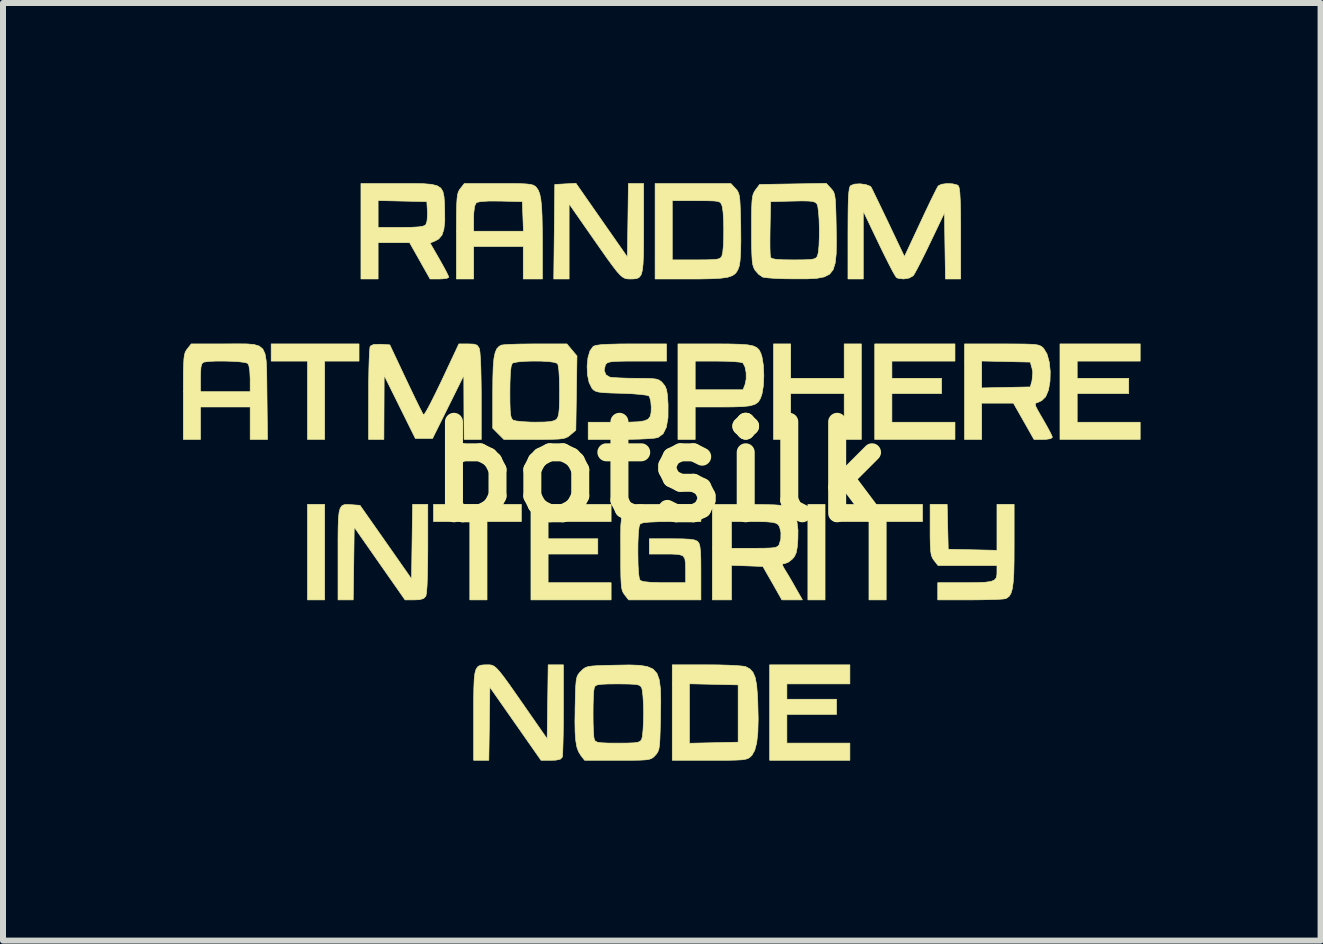
<source format=kicad_pcb>
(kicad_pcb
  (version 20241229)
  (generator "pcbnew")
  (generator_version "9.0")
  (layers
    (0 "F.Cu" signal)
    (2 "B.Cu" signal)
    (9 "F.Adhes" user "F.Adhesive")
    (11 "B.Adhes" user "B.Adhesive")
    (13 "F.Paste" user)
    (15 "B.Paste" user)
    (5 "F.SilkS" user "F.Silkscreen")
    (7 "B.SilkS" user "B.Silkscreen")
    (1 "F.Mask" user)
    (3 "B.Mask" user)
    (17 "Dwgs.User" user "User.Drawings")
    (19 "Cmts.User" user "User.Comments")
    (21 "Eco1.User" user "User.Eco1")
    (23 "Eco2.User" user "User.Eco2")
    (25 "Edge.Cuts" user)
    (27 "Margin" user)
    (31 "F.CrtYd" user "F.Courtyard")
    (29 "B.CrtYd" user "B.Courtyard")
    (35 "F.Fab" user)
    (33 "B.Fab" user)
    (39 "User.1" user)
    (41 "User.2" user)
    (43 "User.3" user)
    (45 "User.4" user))
  (footprint "botsilk"
    (layer "F.Cu")
    (at 7.962 4.814)
    (property "Reference" "botsilk" (at 0 0 0) (layer "F.SilkS") (effects (font (size 1.524 1.524) (thickness 0.3))))
    (attr through_hole)
    (fp_poly (pts (xy -5.602 2.133) (xy -5.888 2.133) (xy -5.888 0.541) (xy -5.602 0.541) (xy -5.602 2.133)) (stroke (width 0.01) (type solid)) (fill yes) (layer "F.SilkS"))
    (fp_poly (pts (xy 2.737 2.133) (xy 2.451 2.133) (xy 2.451 0.541) (xy 2.737 0.541) (xy 2.737 2.133)) (stroke (width 0.01) (type solid)) (fill yes) (layer "F.SilkS"))
    (fp_poly (pts (xy -5.029 -1.846) (xy -5.602 -1.846) (xy -5.602 -0.541) (xy -5.888 -0.541) (xy -5.888 -1.846) (xy -6.493 -1.846) (xy -6.493 -2.133) (xy -5.029 -2.133) (xy -5.029 -1.846)) (stroke (width 0.01) (type solid)) (fill yes) (layer "F.SilkS"))
    (fp_poly (pts (xy -2.324 0.828) (xy -2.896 0.828) (xy -2.896 2.133) (xy -3.183 2.133) (xy -3.183 0.828) (xy -3.788 0.828) (xy -3.788 0.541) (xy -2.324 0.541) (xy -2.324 0.828)) (stroke (width 0.01) (type solid)) (fill yes) (layer "F.SilkS"))
    (fp_poly (pts (xy 4.361 0.828) (xy 3.756 0.828) (xy 3.756 2.133) (xy 3.469 2.133) (xy 3.469 0.828) (xy 2.896 0.828) (xy 2.896 0.541) (xy 4.361 0.541) (xy 4.361 0.828)) (stroke (width 0.01) (type solid)) (fill yes) (layer "F.SilkS"))
    (fp_poly (pts (xy -0.828 0.828) (xy -1.878 0.828) (xy -1.878 1.114) (xy -1.05 1.114) (xy -1.05 1.369) (xy -1.878 1.369) (xy -1.878 1.846) (xy -0.828 1.846) (xy -0.828 2.133) (xy -2.164 2.133) (xy -2.164 0.541) (xy -0.828 0.541) (xy -0.828 0.828)) (stroke (width 0.01) (type solid)) (fill yes) (layer "F.SilkS"))
    (fp_poly (pts (xy 2.164 -1.56) (xy 3.056 -1.56) (xy 3.056 -2.133) (xy 3.342 -2.133) (xy 3.342 -0.541) (xy 3.056 -0.541) (xy 3.056 -1.305) (xy 2.164 -1.305) (xy 2.164 -0.541) (xy 1.878 -0.541) (xy 1.878 -2.133) (xy 2.164 -2.133) (xy 2.164 -1.56)) (stroke (width 0.01) (type solid)) (fill yes) (layer "F.SilkS"))
    (fp_poly (pts (xy 3.151 3.533) (xy 2.101 3.533) (xy 2.101 3.788) (xy 2.928 3.788) (xy 2.928 4.042) (xy 2.101 4.042) (xy 2.101 4.52) (xy 3.151 4.52) (xy 3.151 4.806) (xy 1.814 4.806) (xy 1.814 3.215) (xy 3.151 3.215) (xy 3.151 3.533)) (stroke (width 0.01) (type solid)) (fill yes) (layer "F.SilkS"))
    (fp_poly (pts (xy 4.902 -1.846) (xy 3.851 -1.846) (xy 3.851 -1.56) (xy 4.679 -1.56) (xy 4.679 -1.305) (xy 3.851 -1.305) (xy 3.851 -0.828) (xy 4.902 -0.828) (xy 4.902 -0.541) (xy 3.565 -0.541) (xy 3.565 -2.133) (xy 4.902 -2.133) (xy 4.902 -1.846)) (stroke (width 0.01) (type solid)) (fill yes) (layer "F.SilkS"))
    (fp_poly (pts (xy 7.989 -1.846) (xy 6.939 -1.846) (xy 6.939 -1.56) (xy 7.798 -1.56) (xy 7.798 -1.305) (xy 6.939 -1.305) (xy 6.939 -0.828) (xy 7.989 -0.828) (xy 7.989 -0.541) (xy 6.652 -0.541) (xy 6.652 -2.133) (xy 7.989 -2.133) (xy 7.989 -1.846)) (stroke (width 0.01) (type solid)) (fill yes) (layer "F.SilkS"))
    (fp_poly (pts (xy -0.986 -4.195) (xy -0.557 -3.581) (xy -0.548 -4.194) (xy -0.54 -4.806) (xy -0.286 -4.806) (xy -0.286 -4.061) (xy -0.287 -3.807) (xy -0.289 -3.61) (xy -0.296 -3.462) (xy -0.308 -3.357) (xy -0.327 -3.287) (xy -0.357 -3.245) (xy -0.397 -3.223) (xy -0.451 -3.216) (xy -0.506 -3.215) (xy -0.551 -3.216) (xy -0.591 -3.223) (xy -0.63 -3.242) (xy -0.674 -3.278) (xy -0.729 -3.338) (xy -0.798 -3.427) (xy -0.889 -3.551) (xy -1.005 -3.716) (xy -1.142 -3.912) (xy -1.528 -4.466) (xy -1.528 -3.215) (xy -1.784 -3.215) (xy -1.775 -4.003) (xy -1.767 -4.79) (xy -1.59 -4.8) (xy -1.414 -4.809) (xy -0.986 -4.195)) (stroke (width 0.01) (type solid)) (fill yes) (layer "F.SilkS"))
    (fp_poly (pts (xy -3.883 1.275) (xy -3.885 1.521) (xy -3.889 1.729) (xy -3.895 1.895) (xy -3.904 2.01) (xy -3.915 2.069) (xy -3.916 2.071) (xy -3.953 2.11) (xy -4.021 2.129) (xy -4.106 2.133) (xy -4.262 2.133) (xy -4.686 1.527) (xy -5.109 0.921) (xy -5.117 1.527) (xy -5.126 2.133) (xy -5.379 2.133) (xy -5.379 1.373) (xy -5.379 1.12) (xy -5.377 0.923) (xy -5.372 0.777) (xy -5.361 0.673) (xy -5.342 0.604) (xy -5.314 0.565) (xy -5.275 0.546) (xy -5.222 0.543) (xy -5.154 0.547) (xy -5.151 0.547) (xy -5.013 0.557) (xy -4.583 1.17) (xy -4.154 1.783) (xy -4.145 1.162) (xy -4.136 0.541) (xy -3.883 0.541) (xy -3.883 1.275)) (stroke (width 0.01) (type solid)) (fill yes) (layer "F.SilkS"))
    (fp_poly (pts (xy 0.952 3.216) (xy 1.124 3.221) (xy 1.267 3.228) (xy 1.368 3.237) (xy 1.413 3.245) (xy 1.484 3.283) (xy 1.536 3.34) (xy 1.573 3.426) (xy 1.597 3.551) (xy 1.611 3.725) (xy 1.616 3.833) (xy 1.623 4.117) (xy 1.617 4.343) (xy 1.598 4.515) (xy 1.565 4.64) (xy 1.519 4.722) (xy 1.51 4.731) (xy 1.483 4.757) (xy 1.452 4.776) (xy 1.409 4.789) (xy 1.345 4.798) (xy 1.25 4.803) (xy 1.115 4.806) (xy 0.931 4.806) (xy 0.813 4.806) (xy 0.191 4.806) (xy 0.191 4.522) (xy 0.477 4.522) (xy 0.883 4.513) (xy 1.289 4.504) (xy 1.289 3.549) (xy 0.883 3.54) (xy 0.477 3.531) (xy 0.477 4.522) (xy 0.191 4.522) (xy 0.191 3.215) (xy 0.762 3.215) (xy 0.952 3.216)) (stroke (width 0.01) (type solid)) (fill yes) (layer "F.SilkS"))
    (fp_poly (pts (xy -1.623 3.96) (xy -1.624 4.174) (xy -1.626 4.368) (xy -1.63 4.533) (xy -1.634 4.659) (xy -1.639 4.737) (xy -1.643 4.756) (xy -1.676 4.788) (xy -1.751 4.804) (xy -1.829 4.806) (xy -1.996 4.806) (xy -2.422 4.197) (xy -2.849 3.587) (xy -2.857 4.197) (xy -2.866 4.806) (xy -3.119 4.806) (xy -3.119 4.061) (xy -3.119 3.807) (xy -3.116 3.61) (xy -3.11 3.462) (xy -3.098 3.357) (xy -3.078 3.287) (xy -3.049 3.245) (xy -3.008 3.223) (xy -2.954 3.216) (xy -2.897 3.215) (xy -2.853 3.215) (xy -2.816 3.221) (xy -2.779 3.238) (xy -2.737 3.272) (xy -2.686 3.328) (xy -2.62 3.412) (xy -2.533 3.531) (xy -2.422 3.689) (xy -2.279 3.894) (xy -2.26 3.922) (xy -1.894 4.448) (xy -1.885 3.831) (xy -1.877 3.215) (xy -1.623 3.215) (xy -1.623 3.96)) (stroke (width 0.01) (type solid)) (fill yes) (layer "F.SilkS"))
    (fp_poly (pts (xy 1.134 -2.132) (xy 1.312 -2.127) (xy 1.444 -2.118) (xy 1.537 -2.1) (xy 1.599 -2.072) (xy 1.64 -2.031) (xy 1.667 -1.976) (xy 1.686 -1.917) (xy 1.709 -1.777) (xy 1.717 -1.606) (xy 1.709 -1.435) (xy 1.686 -1.298) (xy 1.659 -1.221) (xy 1.624 -1.165) (xy 1.569 -1.126) (xy 1.487 -1.102) (xy 1.366 -1.088) (xy 1.198 -1.083) (xy 1.043 -1.082) (xy 0.573 -1.082) (xy 0.573 -0.541) (xy 0.286 -0.541) (xy 0.286 -1.369) (xy 0.573 -1.369) (xy 1.37 -1.369) (xy 1.404 -1.456) (xy 1.423 -1.548) (xy 1.422 -1.655) (xy 1.403 -1.751) (xy 1.37 -1.813) (xy 1.363 -1.818) (xy 1.316 -1.829) (xy 1.22 -1.838) (xy 1.088 -1.844) (xy 0.947 -1.846) (xy 0.573 -1.846) (xy 0.573 -1.369) (xy 0.286 -1.369) (xy 0.286 -2.133) (xy 0.9 -2.133) (xy 1.134 -2.132)) (stroke (width 0.01) (type solid)) (fill yes) (layer "F.SilkS"))
    (fp_poly (pts (xy 4.781 0.915) (xy 4.79 1.289) (xy 5.196 1.298) (xy 5.602 1.307) (xy 5.602 0.541) (xy 5.888 0.541) (xy 5.888 1.227) (xy 5.887 1.484) (xy 5.883 1.684) (xy 5.873 1.836) (xy 5.858 1.946) (xy 5.836 2.022) (xy 5.806 2.072) (xy 5.766 2.103) (xy 5.744 2.113) (xy 5.696 2.119) (xy 5.596 2.125) (xy 5.456 2.129) (xy 5.288 2.132) (xy 5.154 2.133) (xy 4.615 2.133) (xy 4.615 1.846) (xy 5.07 1.846) (xy 5.266 1.845) (xy 5.406 1.839) (xy 5.501 1.826) (xy 5.559 1.802) (xy 5.59 1.765) (xy 5.601 1.711) (xy 5.602 1.665) (xy 5.602 1.56) (xy 4.62 1.56) (xy 4.554 1.476) (xy 4.527 1.436) (xy 4.508 1.388) (xy 4.497 1.32) (xy 4.491 1.22) (xy 4.488 1.076) (xy 4.488 0.967) (xy 4.488 0.541) (xy 4.772 0.541) (xy 4.781 0.915)) (stroke (width 0.01) (type solid)) (fill yes) (layer "F.SilkS"))
    (fp_poly (pts (xy -3.113 -2.129) (xy -3.061 -2.111) (xy -3.031 -2.07) (xy -3.023 -2.051) (xy -3.014 -1.996) (xy -3.006 -1.888) (xy -2.999 -1.737) (xy -2.995 -1.554) (xy -2.992 -1.348) (xy -2.992 -1.255) (xy -2.992 -0.541) (xy -3.278 -0.541) (xy -3.281 -1.074) (xy -3.283 -1.607) (xy -3.543 -1.082) (xy -3.804 -0.557) (xy -4.09 -0.557) (xy -4.61 -1.607) (xy -4.615 -0.541) (xy -4.87 -0.541) (xy -4.869 -1.297) (xy -4.868 -1.512) (xy -4.865 -1.706) (xy -4.86 -1.871) (xy -4.854 -1.997) (xy -4.847 -2.075) (xy -4.842 -2.095) (xy -4.788 -2.123) (xy -4.679 -2.127) (xy -4.666 -2.127) (xy -4.516 -2.117) (xy -4.246 -1.544) (xy -4.162 -1.368) (xy -4.087 -1.211) (xy -4.024 -1.083) (xy -3.979 -0.994) (xy -3.955 -0.951) (xy -3.953 -0.95) (xy -3.934 -0.971) (xy -3.892 -1.041) (xy -3.832 -1.154) (xy -3.759 -1.3) (xy -3.676 -1.471) (xy -3.648 -1.53) (xy -3.365 -2.133) (xy -3.21 -2.133) (xy -3.113 -2.129)) (stroke (width 0.01) (type solid)) (fill yes) (layer "F.SilkS"))
    (fp_poly (pts (xy -2.5 -4.806) (xy -2.35 -4.804) (xy -2.244 -4.799) (xy -2.172 -4.791) (xy -2.126 -4.779) (xy -2.095 -4.761) (xy -2.074 -4.741) (xy -2.043 -4.697) (xy -2.018 -4.634) (xy -2 -4.547) (xy -1.987 -4.426) (xy -1.979 -4.265) (xy -1.975 -4.055) (xy -1.973 -3.799) (xy -1.973 -3.215) (xy -2.292 -3.215) (xy -2.292 -3.756) (xy -3.119 -3.756) (xy -3.119 -3.215) (xy -3.406 -3.215) (xy -3.406 -3.927) (xy -3.405 -4.158) (xy -3.405 -4.229) (xy -3.119 -4.229) (xy -3.119 -4.011) (xy -2.289 -4.011) (xy -2.298 -4.257) (xy -2.308 -4.504) (xy -2.669 -4.513) (xy -2.863 -4.514) (xy -2.997 -4.506) (xy -3.068 -4.49) (xy -3.075 -4.485) (xy -3.103 -4.428) (xy -3.117 -4.313) (xy -3.119 -4.229) (xy -3.405 -4.229) (xy -3.404 -4.335) (xy -3.401 -4.466) (xy -3.395 -4.559) (xy -3.386 -4.624) (xy -3.373 -4.668) (xy -3.355 -4.701) (xy -3.34 -4.722) (xy -3.274 -4.806) (xy -2.704 -4.806) (xy -2.5 -4.806)) (stroke (width 0.01) (type solid)) (fill yes) (layer "F.SilkS"))
    (fp_poly (pts (xy -4.141 -4.806) (xy -3.957 -4.803) (xy -3.822 -4.792) (xy -3.728 -4.769) (xy -3.667 -4.73) (xy -3.631 -4.672) (xy -3.613 -4.589) (xy -3.605 -4.478) (xy -3.602 -4.378) (xy -3.6 -4.184) (xy -3.615 -4.043) (xy -3.647 -3.946) (xy -3.701 -3.882) (xy -3.756 -3.851) (xy -3.845 -3.814) (xy -3.689 -3.544) (xy -3.623 -3.426) (xy -3.57 -3.327) (xy -3.539 -3.262) (xy -3.533 -3.244) (xy -3.562 -3.227) (xy -3.635 -3.217) (xy -3.689 -3.215) (xy -3.845 -3.215) (xy -4.015 -3.517) (xy -4.186 -3.82) (xy -4.448 -3.82) (xy -4.711 -3.82) (xy -4.711 -3.215) (xy -4.997 -3.215) (xy -4.997 -4.074) (xy -4.711 -4.074) (xy -4.333 -4.074) (xy -4.158 -4.076) (xy -4.038 -4.083) (xy -3.962 -4.095) (xy -3.922 -4.114) (xy -3.917 -4.119) (xy -3.896 -4.178) (xy -3.888 -4.278) (xy -3.889 -4.334) (xy -3.899 -4.504) (xy -4.711 -4.522) (xy -4.711 -4.074) (xy -4.997 -4.074) (xy -4.997 -4.806) (xy -4.38 -4.806) (xy -4.141 -4.806)) (stroke (width 0.01) (type solid)) (fill yes) (layer "F.SilkS"))
    (fp_poly (pts (xy -6.902 -2.133) (xy -6.779 -2.123) (xy -6.691 -2.096) (xy -6.632 -2.047) (xy -6.595 -1.967) (xy -6.576 -1.851) (xy -6.568 -1.69) (xy -6.565 -1.478) (xy -6.563 -1.276) (xy -6.554 -0.541) (xy -6.843 -0.541) (xy -6.843 -1.082) (xy -7.671 -1.082) (xy -7.671 -0.541) (xy -7.957 -0.541) (xy -7.957 -1.253) (xy -7.957 -1.485) (xy -7.956 -1.572) (xy -7.671 -1.572) (xy -7.671 -1.337) (xy -6.843 -1.337) (xy -6.843 -1.553) (xy -6.849 -1.677) (xy -6.864 -1.769) (xy -6.882 -1.808) (xy -6.927 -1.823) (xy -7.02 -1.835) (xy -7.143 -1.843) (xy -7.279 -1.847) (xy -7.413 -1.847) (xy -7.528 -1.841) (xy -7.607 -1.831) (xy -7.621 -1.827) (xy -7.648 -1.802) (xy -7.663 -1.746) (xy -7.67 -1.646) (xy -7.671 -1.572) (xy -7.956 -1.572) (xy -7.956 -1.662) (xy -7.952 -1.792) (xy -7.947 -1.886) (xy -7.938 -1.95) (xy -7.925 -1.995) (xy -7.907 -2.028) (xy -7.891 -2.049) (xy -7.825 -2.133) (xy -7.274 -2.133) (xy -7.065 -2.134) (xy -6.902 -2.133)) (stroke (width 0.01) (type solid)) (fill yes) (layer "F.SilkS"))
    (fp_poly (pts (xy 1.244 -4.724) (xy 1.272 -4.692) (xy 1.292 -4.656) (xy 1.307 -4.607) (xy 1.317 -4.535) (xy 1.323 -4.428) (xy 1.328 -4.278) (xy 1.332 -4.096) (xy 1.334 -3.858) (xy 1.33 -3.663) (xy 1.321 -3.519) (xy 1.307 -3.431) (xy 1.307 -3.43) (xy 1.281 -3.361) (xy 1.246 -3.309) (xy 1.194 -3.271) (xy 1.115 -3.244) (xy 1.002 -3.228) (xy 0.846 -3.219) (xy 0.64 -3.215) (xy 0.495 -3.215) (xy -0.095 -3.215) (xy -0.095 -4.52) (xy 0.191 -4.52) (xy 0.191 -3.533) (xy 0.588 -3.533) (xy 0.754 -3.534) (xy 0.869 -3.538) (xy 0.942 -3.545) (xy 0.985 -3.559) (xy 1.009 -3.581) (xy 1.017 -3.595) (xy 1.032 -3.655) (xy 1.042 -3.763) (xy 1.048 -3.9) (xy 1.049 -4.051) (xy 1.046 -4.198) (xy 1.038 -4.326) (xy 1.026 -4.416) (xy 1.019 -4.438) (xy 1.005 -4.472) (xy 0.984 -4.495) (xy 0.946 -4.509) (xy 0.879 -4.516) (xy 0.772 -4.519) (xy 0.614 -4.52) (xy 0.191 -4.52) (xy -0.095 -4.52) (xy -0.095 -4.806) (xy 1.167 -4.806) (xy 1.244 -4.724)) (stroke (width 0.01) (type solid)) (fill yes) (layer "F.SilkS"))
    (fp_poly (pts (xy 5.897 -2.132) (xy 6.056 -2.131) (xy 6.171 -2.127) (xy 6.25 -2.121) (xy 6.302 -2.11) (xy 6.338 -2.094) (xy 6.366 -2.072) (xy 6.38 -2.057) (xy 6.436 -1.965) (xy 6.473 -1.831) (xy 6.49 -1.673) (xy 6.486 -1.512) (xy 6.461 -1.365) (xy 6.413 -1.252) (xy 6.413 -1.252) (xy 6.349 -1.189) (xy 6.289 -1.16) (xy 6.255 -1.149) (xy 6.24 -1.132) (xy 6.247 -1.096) (xy 6.279 -1.032) (xy 6.339 -0.927) (xy 6.369 -0.876) (xy 6.436 -0.758) (xy 6.489 -0.66) (xy 6.52 -0.594) (xy 6.525 -0.576) (xy 6.496 -0.554) (xy 6.418 -0.542) (xy 6.372 -0.541) (xy 6.219 -0.541) (xy 6.048 -0.843) (xy 5.876 -1.146) (xy 5.347 -1.146) (xy 5.347 -0.541) (xy 5.061 -0.541) (xy 5.061 -1.399) (xy 5.347 -1.399) (xy 5.752 -1.408) (xy 6.157 -1.416) (xy 6.186 -1.52) (xy 6.199 -1.659) (xy 6.186 -1.727) (xy 6.157 -1.83) (xy 5.752 -1.839) (xy 5.347 -1.848) (xy 5.347 -1.399) (xy 5.061 -1.399) (xy 5.061 -2.133) (xy 5.683 -2.133) (xy 5.897 -2.132)) (stroke (width 0.01) (type solid)) (fill yes) (layer "F.SilkS"))
    (fp_poly (pts (xy 1.456 0.542) (xy 1.704 0.544) (xy 1.893 0.549) (xy 2.027 0.559) (xy 2.11 0.574) (xy 2.133 0.582) (xy 2.213 0.658) (xy 2.264 0.789) (xy 2.286 0.973) (xy 2.284 1.122) (xy 2.273 1.258) (xy 2.256 1.348) (xy 2.227 1.41) (xy 2.196 1.449) (xy 2.128 1.503) (xy 2.066 1.528) (xy 2.063 1.528) (xy 2.03 1.533) (xy 2.028 1.556) (xy 2.058 1.614) (xy 2.079 1.647) (xy 2.136 1.741) (xy 2.206 1.861) (xy 2.256 1.95) (xy 2.36 2.133) (xy 2.018 2.133) (xy 1.86 1.854) (xy 1.701 1.576) (xy 1.439 1.566) (xy 1.178 1.557) (xy 1.178 2.133) (xy 0.859 2.133) (xy 0.859 0.828) (xy 1.178 0.828) (xy 1.178 1.273) (xy 1.559 1.273) (xy 1.721 1.272) (xy 1.832 1.268) (xy 1.902 1.26) (xy 1.943 1.245) (xy 1.966 1.222) (xy 1.972 1.212) (xy 2 1.118) (xy 2.002 1.009) (xy 1.979 0.915) (xy 1.955 0.878) (xy 1.919 0.855) (xy 1.857 0.84) (xy 1.758 0.831) (xy 1.61 0.828) (xy 1.541 0.828) (xy 1.178 0.828) (xy 0.859 0.828) (xy 0.859 0.541) (xy 1.456 0.542)) (stroke (width 0.01) (type solid)) (fill yes) (layer "F.SilkS"))
    (fp_poly (pts (xy 4.861 -4.801) (xy 4.938 -4.782) (xy 4.959 -4.768) (xy 4.972 -4.733) (xy 4.983 -4.656) (xy 4.99 -4.532) (xy 4.995 -4.356) (xy 4.997 -4.123) (xy 4.997 -3.972) (xy 4.997 -3.215) (xy 4.744 -3.215) (xy 4.735 -3.766) (xy 4.727 -4.317) (xy 4.49 -3.821) (xy 4.41 -3.655) (xy 4.335 -3.505) (xy 4.272 -3.383) (xy 4.227 -3.301) (xy 4.207 -3.27) (xy 4.14 -3.231) (xy 4.046 -3.215) (xy 3.956 -3.226) (xy 3.927 -3.239) (xy 3.903 -3.274) (xy 3.856 -3.357) (xy 3.793 -3.479) (xy 3.717 -3.631) (xy 3.634 -3.802) (xy 3.633 -3.804) (xy 3.374 -4.345) (xy 3.374 -3.78) (xy 3.374 -3.215) (xy 3.119 -3.215) (xy 3.119 -3.975) (xy 3.12 -4.223) (xy 3.122 -4.414) (xy 3.126 -4.557) (xy 3.133 -4.657) (xy 3.142 -4.722) (xy 3.154 -4.759) (xy 3.165 -4.772) (xy 3.229 -4.796) (xy 3.321 -4.801) (xy 3.416 -4.788) (xy 3.488 -4.761) (xy 3.506 -4.743) (xy 3.528 -4.7) (xy 3.572 -4.609) (xy 3.634 -4.481) (xy 3.709 -4.325) (xy 3.793 -4.15) (xy 3.797 -4.141) (xy 4.06 -3.588) (xy 4.326 -4.157) (xy 4.409 -4.335) (xy 4.485 -4.494) (xy 4.549 -4.625) (xy 4.596 -4.718) (xy 4.622 -4.765) (xy 4.623 -4.766) (xy 4.677 -4.793) (xy 4.765 -4.805) (xy 4.861 -4.801)) (stroke (width 0.01) (type solid)) (fill yes) (layer "F.SilkS"))
    (fp_poly (pts (xy 0.018 0.541) (xy 0.078 0.541) (xy 0.668 0.541) (xy 0.668 0.828) (xy 0.181 0.828) (xy -0.036 0.83) (xy -0.194 0.837) (xy -0.295 0.848) (xy -0.343 0.865) (xy -0.344 0.866) (xy -0.362 0.915) (xy -0.374 1.022) (xy -0.381 1.188) (xy -0.382 1.337) (xy -0.379 1.545) (xy -0.371 1.692) (xy -0.357 1.78) (xy -0.344 1.808) (xy -0.289 1.828) (xy -0.172 1.84) (xy 0.005 1.846) (xy 0.054 1.846) (xy 0.414 1.846) (xy 0.414 1.658) (xy 0.412 1.527) (xy 0.4 1.443) (xy 0.365 1.396) (xy 0.296 1.375) (xy 0.182 1.369) (xy 0.092 1.369) (xy -0.191 1.369) (xy -0.191 1.114) (xy 0.189 1.114) (xy 0.36 1.116) (xy 0.479 1.122) (xy 0.556 1.133) (xy 0.603 1.152) (xy 0.618 1.164) (xy 0.639 1.195) (xy 0.653 1.249) (xy 0.662 1.334) (xy 0.667 1.461) (xy 0.668 1.64) (xy 0.668 1.673) (xy 0.668 2.133) (xy -0.536 2.133) (xy -0.602 2.049) (xy -0.625 2.016) (xy -0.642 1.978) (xy -0.654 1.925) (xy -0.661 1.847) (xy -0.666 1.736) (xy -0.668 1.582) (xy -0.668 1.374) (xy -0.668 1.331) (xy -0.669 1.087) (xy -0.667 0.898) (xy -0.654 0.759) (xy -0.625 0.661) (xy -0.572 0.598) (xy -0.488 0.561) (xy -0.366 0.545) (xy -0.2 0.54) (xy 0.018 0.541)) (stroke (width 0.01) (type solid)) (fill yes) (layer "F.SilkS"))
    (fp_poly (pts (xy -1.481 -2.032) (xy -1.397 -1.932) (xy -1.416 -0.695) (xy -1.506 -0.618) (xy -1.542 -0.589) (xy -1.58 -0.569) (xy -1.631 -0.555) (xy -1.705 -0.547) (xy -1.814 -0.543) (xy -1.969 -0.541) (xy -2.105 -0.541) (xy -2.615 -0.541) (xy -2.708 -0.634) (xy -2.801 -0.727) (xy -2.801 -1.32) (xy -2.801 -1.332) (xy -2.515 -1.332) (xy -2.514 -1.154) (xy -2.51 -1.03) (xy -2.503 -0.948) (xy -2.49 -0.899) (xy -2.472 -0.871) (xy -2.459 -0.862) (xy -2.404 -0.848) (xy -2.303 -0.837) (xy -2.172 -0.83) (xy -2.095 -0.829) (xy -1.939 -0.831) (xy -1.835 -0.839) (xy -1.77 -0.856) (xy -1.737 -0.878) (xy -1.716 -0.911) (xy -1.701 -0.967) (xy -1.692 -1.057) (xy -1.688 -1.191) (xy -1.687 -1.349) (xy -1.69 -1.555) (xy -1.699 -1.7) (xy -1.713 -1.785) (xy -1.725 -1.808) (xy -1.775 -1.826) (xy -1.871 -1.839) (xy -1.997 -1.846) (xy -2.136 -1.847) (xy -2.27 -1.843) (xy -2.383 -1.833) (xy -2.458 -1.818) (xy -2.476 -1.808) (xy -2.494 -1.759) (xy -2.507 -1.653) (xy -2.513 -1.488) (xy -2.515 -1.332) (xy -2.801 -1.332) (xy -2.799 -1.562) (xy -2.793 -1.749) (xy -2.781 -1.888) (xy -2.761 -1.986) (xy -2.733 -2.052) (xy -2.694 -2.093) (xy -2.656 -2.113) (xy -2.608 -2.119) (xy -2.508 -2.125) (xy -2.369 -2.13) (xy -2.202 -2.132) (xy -2.085 -2.133) (xy -1.565 -2.133) (xy -1.481 -2.032)) (stroke (width 0.01) (type solid)) (fill yes) (layer "F.SilkS"))
    (fp_poly (pts (xy 0.095 -1.846) (xy -0.397 -1.846) (xy -0.584 -1.846) (xy -0.718 -1.843) (xy -0.809 -1.838) (xy -0.865 -1.828) (xy -0.898 -1.813) (xy -0.918 -1.791) (xy -0.924 -1.781) (xy -0.944 -1.691) (xy -0.913 -1.617) (xy -0.85 -1.579) (xy -0.791 -1.572) (xy -0.684 -1.566) (xy -0.545 -1.561) (xy -0.411 -1.56) (xy -0.252 -1.559) (xy -0.144 -1.555) (xy -0.073 -1.546) (xy -0.026 -1.529) (xy 0.011 -1.502) (xy 0.032 -1.479) (xy 0.07 -1.431) (xy 0.095 -1.371) (xy 0.11 -1.284) (xy 0.119 -1.154) (xy 0.121 -1.121) (xy 0.12 -0.905) (xy 0.092 -0.744) (xy 0.038 -0.635) (xy -0.046 -0.574) (xy -0.048 -0.573) (xy -0.107 -0.562) (xy -0.217 -0.553) (xy -0.366 -0.546) (xy -0.54 -0.542) (xy -0.67 -0.541) (xy -1.21 -0.541) (xy -1.21 -0.828) (xy -0.734 -0.828) (xy -0.53 -0.829) (xy -0.381 -0.835) (xy -0.278 -0.85) (xy -0.213 -0.877) (xy -0.178 -0.921) (xy -0.162 -0.985) (xy -0.159 -1.073) (xy -0.159 -1.081) (xy -0.167 -1.177) (xy -0.187 -1.248) (xy -0.199 -1.266) (xy -0.244 -1.279) (xy -0.34 -1.291) (xy -0.473 -1.302) (xy -0.63 -1.309) (xy -0.663 -1.31) (xy -0.836 -1.315) (xy -0.957 -1.321) (xy -1.038 -1.331) (xy -1.089 -1.346) (xy -1.123 -1.367) (xy -1.146 -1.392) (xy -1.195 -1.489) (xy -1.222 -1.619) (xy -1.228 -1.763) (xy -1.214 -1.902) (xy -1.18 -2.018) (xy -1.126 -2.092) (xy -1.126 -2.092) (xy -1.082 -2.108) (xy -0.998 -2.12) (xy -0.867 -2.127) (xy -0.684 -2.132) (xy -0.487 -2.133) (xy 0.095 -2.133) (xy 0.095 -1.846)) (stroke (width 0.01) (type solid)) (fill yes) (layer "F.SilkS"))
    (fp_poly (pts (xy 2.835 -4.725) (xy 2.863 -4.692) (xy 2.884 -4.657) (xy 2.898 -4.608) (xy 2.908 -4.537) (xy 2.914 -4.431) (xy 2.919 -4.282) (xy 2.923 -4.096) (xy 2.926 -3.836) (xy 2.923 -3.633) (xy 2.906 -3.48) (xy 2.872 -3.37) (xy 2.813 -3.295) (xy 2.725 -3.25) (xy 2.601 -3.226) (xy 2.438 -3.217) (xy 2.228 -3.217) (xy 2.222 -3.217) (xy 2.052 -3.219) (xy 1.901 -3.225) (xy 1.782 -3.234) (xy 1.708 -3.244) (xy 1.697 -3.247) (xy 1.63 -3.293) (xy 1.569 -3.363) (xy 1.549 -3.402) (xy 1.533 -3.452) (xy 1.523 -3.523) (xy 1.517 -3.625) (xy 1.513 -3.768) (xy 1.512 -3.896) (xy 1.819 -3.896) (xy 1.819 -3.753) (xy 1.822 -3.644) (xy 1.827 -3.582) (xy 1.828 -3.574) (xy 1.855 -3.555) (xy 1.921 -3.542) (xy 2.036 -3.535) (xy 2.206 -3.533) (xy 2.21 -3.533) (xy 2.369 -3.534) (xy 2.477 -3.538) (xy 2.544 -3.547) (xy 2.583 -3.563) (xy 2.605 -3.588) (xy 2.609 -3.595) (xy 2.625 -3.657) (xy 2.636 -3.766) (xy 2.641 -3.903) (xy 2.642 -4.054) (xy 2.638 -4.202) (xy 2.629 -4.332) (xy 2.616 -4.426) (xy 2.602 -4.467) (xy 2.576 -4.491) (xy 2.534 -4.506) (xy 2.463 -4.514) (xy 2.353 -4.516) (xy 2.196 -4.513) (xy 1.83 -4.504) (xy 1.821 -4.06) (xy 1.819 -3.896) (xy 1.512 -3.896) (xy 1.512 -3.962) (xy 1.512 -4.031) (xy 1.512 -4.238) (xy 1.514 -4.392) (xy 1.519 -4.502) (xy 1.527 -4.578) (xy 1.54 -4.631) (xy 1.559 -4.671) (xy 1.579 -4.7) (xy 1.646 -4.79) (xy 2.757 -4.808) (xy 2.835 -4.725)) (stroke (width 0.01) (type solid)) (fill yes) (layer "F.SilkS"))
    (fp_poly (pts (xy -0.354 3.223) (xy -0.223 3.244) (xy -0.128 3.287) (xy -0.064 3.358) (xy -0.025 3.466) (xy -0.006 3.616) (xy -0.001 3.814) (xy -0.005 4.069) (xy -0.005 4.109) (xy -0.01 4.305) (xy -0.015 4.448) (xy -0.021 4.549) (xy -0.032 4.617) (xy -0.048 4.663) (xy -0.07 4.698) (xy -0.093 4.724) (xy -0.122 4.754) (xy -0.153 4.775) (xy -0.195 4.79) (xy -0.258 4.799) (xy -0.353 4.804) (xy -0.489 4.806) (xy -0.676 4.806) (xy -0.719 4.806) (xy -1.269 4.806) (xy -1.333 4.724) (xy -1.371 4.663) (xy -1.399 4.585) (xy -1.417 4.48) (xy -1.428 4.34) (xy -1.431 4.155) (xy -1.429 4.036) (xy -1.129 4.036) (xy -1.128 4.185) (xy -1.123 4.318) (xy -1.116 4.417) (xy -1.107 4.464) (xy -1.09 4.488) (xy -1.054 4.505) (xy -0.988 4.514) (xy -0.882 4.519) (xy -0.724 4.52) (xy -0.718 4.52) (xy -0.559 4.519) (xy -0.452 4.515) (xy -0.384 4.506) (xy -0.345 4.49) (xy -0.323 4.465) (xy -0.319 4.458) (xy -0.306 4.403) (xy -0.296 4.299) (xy -0.289 4.163) (xy -0.286 4.026) (xy -0.289 3.874) (xy -0.297 3.74) (xy -0.308 3.641) (xy -0.319 3.595) (xy -0.34 3.568) (xy -0.374 3.55) (xy -0.434 3.54) (xy -0.531 3.535) (xy -0.678 3.533) (xy -0.718 3.533) (xy -0.878 3.534) (xy -0.986 3.539) (xy -1.053 3.548) (xy -1.089 3.564) (xy -1.107 3.588) (xy -1.107 3.589) (xy -1.117 3.645) (xy -1.124 3.75) (xy -1.128 3.885) (xy -1.129 4.036) (xy -1.429 4.036) (xy -1.428 3.917) (xy -1.427 3.888) (xy -1.423 3.703) (xy -1.418 3.571) (xy -1.41 3.481) (xy -1.398 3.42) (xy -1.379 3.378) (xy -1.352 3.343) (xy -1.328 3.319) (xy -1.293 3.285) (xy -1.258 3.261) (xy -1.212 3.245) (xy -1.143 3.235) (xy -1.042 3.228) (xy -0.896 3.224) (xy -0.75 3.221) (xy -0.528 3.217) (xy -0.354 3.223)) (stroke (width 0.01) (type solid)) (fill yes) (layer "F.SilkS")))
  (gr_rect
    (start -3 -3)
    (end 18.957 12.625)
    (stroke (width 0.1) (type default))
    (fill no)
    (layer "Edge.Cuts")))
</source>
